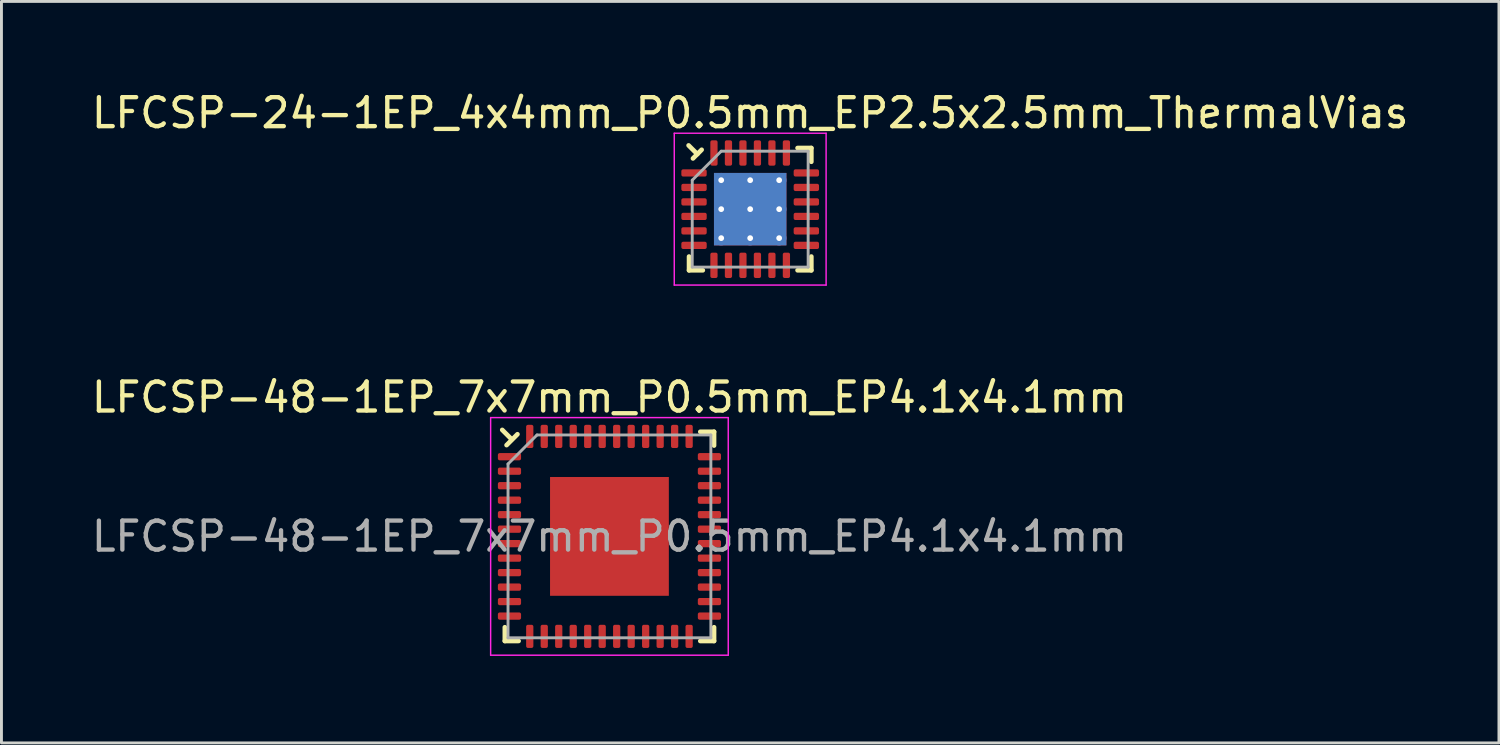
<source format=kicad_pcb>
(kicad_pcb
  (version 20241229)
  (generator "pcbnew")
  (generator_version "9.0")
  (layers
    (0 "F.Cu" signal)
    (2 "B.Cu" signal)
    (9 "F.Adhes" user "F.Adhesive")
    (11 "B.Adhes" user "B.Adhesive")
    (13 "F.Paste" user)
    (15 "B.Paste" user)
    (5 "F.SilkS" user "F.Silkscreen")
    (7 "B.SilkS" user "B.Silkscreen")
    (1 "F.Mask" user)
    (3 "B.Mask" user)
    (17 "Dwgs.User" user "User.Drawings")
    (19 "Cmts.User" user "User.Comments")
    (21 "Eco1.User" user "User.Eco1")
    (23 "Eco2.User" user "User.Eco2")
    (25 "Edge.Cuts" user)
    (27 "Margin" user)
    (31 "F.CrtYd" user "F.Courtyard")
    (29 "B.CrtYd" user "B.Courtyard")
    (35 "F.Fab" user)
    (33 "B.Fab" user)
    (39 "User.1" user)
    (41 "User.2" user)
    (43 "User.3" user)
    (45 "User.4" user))
  (footprint "LFCSP-24-1EP_4x4mm_P0.5mm_EP2.5x2.5mm_ThermalVias"
    (layer "F.Cu")
    (at 22.839 4.168)
    (property "Reference" "LFCSP-24-1EP_4x4mm_P0.5mm_EP2.5x2.5mm_ThermalVias" (at 0 -3.32 0) (layer "F.SilkS") (effects (font (size 1 1) (thickness 0.15))))
    (attr smd)
    (fp_line (start -2.11 2.11) (end -2.11 1.635) (stroke (width 0.16) (type solid)) (layer "F.SilkS"))
    (fp_line (start -1.825 -1.9) (end -2.125 -2.2) (stroke (width 0.16) (type solid)) (layer "F.SilkS"))
    (fp_line (start -1.675 -2.05) (end -1.975 -1.75) (stroke (width 0.16) (type solid)) (layer "F.SilkS"))
    (fp_line (start -1.635 2.11) (end -2.11 2.11) (stroke (width 0.16) (type solid)) (layer "F.SilkS"))
    (fp_line (start 1.635 -2.11) (end 2.11 -2.11) (stroke (width 0.16) (type solid)) (layer "F.SilkS"))
    (fp_line (start 1.635 2.11) (end 2.11 2.11) (stroke (width 0.16) (type solid)) (layer "F.SilkS"))
    (fp_line (start 2.11 -2.11) (end 2.11 -1.635) (stroke (width 0.16) (type solid)) (layer "F.SilkS"))
    (fp_line (start 2.11 2.11) (end 2.11 1.635) (stroke (width 0.16) (type solid)) (layer "F.SilkS"))
    (fp_line (start -2.62 -2.62) (end -2.62 2.62) (stroke (width 0.05) (type solid)) (layer "F.CrtYd"))
    (fp_line (start -2.62 2.62) (end 2.62 2.62) (stroke (width 0.05) (type solid)) (layer "F.CrtYd"))
    (fp_line (start 2.62 -2.62) (end -2.62 -2.62) (stroke (width 0.05) (type solid)) (layer "F.CrtYd"))
    (fp_line (start 2.62 2.62) (end 2.62 -2.62) (stroke (width 0.05) (type solid)) (layer "F.CrtYd"))
    (fp_line (start -2 -1) (end -1 -2) (stroke (width 0.1) (type solid)) (layer "F.Fab"))
    (fp_line (start -2 2) (end -2 -1) (stroke (width 0.1) (type solid)) (layer "F.Fab"))
    (fp_line (start -1 -2) (end 2 -2) (stroke (width 0.1) (type solid)) (layer "F.Fab"))
    (fp_line (start 2 -2) (end 2 2) (stroke (width 0.1) (type solid)) (layer "F.Fab"))
    (fp_line (start 2 2) (end -2 2) (stroke (width 0.1) (type solid)) (layer "F.Fab"))
    (pad "" smd roundrect (at -0.625 -0.625) (size 1.08 1.08) (layers "F.Paste") (roundrect_rratio 0.231))
    (pad "" smd roundrect (at -0.625 0.625) (size 1.08 1.08) (layers "F.Paste") (roundrect_rratio 0.231))
    (pad "" smd roundrect (at 0.625 -0.625) (size 1.08 1.08) (layers "F.Paste") (roundrect_rratio 0.231))
    (pad "" smd roundrect (at 0.625 0.625) (size 1.08 1.08) (layers "F.Paste") (roundrect_rratio 0.231))
    (pad "1" smd roundrect (at -1.938 -1.25) (size 0.875 0.25) (layers "F.Cu" "F.Mask" "F.Paste") (roundrect_rratio 0.25))
    (pad "2" smd roundrect (at -1.938 -0.75) (size 0.875 0.25) (layers "F.Cu" "F.Mask" "F.Paste") (roundrect_rratio 0.25))
    (pad "3" smd roundrect (at -1.938 -0.25) (size 0.875 0.25) (layers "F.Cu" "F.Mask" "F.Paste") (roundrect_rratio 0.25))
    (pad "4" smd roundrect (at -1.938 0.25) (size 0.875 0.25) (layers "F.Cu" "F.Mask" "F.Paste") (roundrect_rratio 0.25))
    (pad "5" smd roundrect (at -1.938 0.75) (size 0.875 0.25) (layers "F.Cu" "F.Mask" "F.Paste") (roundrect_rratio 0.25))
    (pad "6" smd roundrect (at -1.938 1.25) (size 0.875 0.25) (layers "F.Cu" "F.Mask" "F.Paste") (roundrect_rratio 0.25))
    (pad "7" smd roundrect (at -1.25 1.938) (size 0.25 0.875) (layers "F.Cu" "F.Mask" "F.Paste") (roundrect_rratio 0.25))
    (pad "8" smd roundrect (at -0.75 1.938) (size 0.25 0.875) (layers "F.Cu" "F.Mask" "F.Paste") (roundrect_rratio 0.25))
    (pad "9" smd roundrect (at -0.25 1.938) (size 0.25 0.875) (layers "F.Cu" "F.Mask" "F.Paste") (roundrect_rratio 0.25))
    (pad "10" smd roundrect (at 0.25 1.938) (size 0.25 0.875) (layers "F.Cu" "F.Mask" "F.Paste") (roundrect_rratio 0.25))
    (pad "11" smd roundrect (at 0.75 1.938) (size 0.25 0.875) (layers "F.Cu" "F.Mask" "F.Paste") (roundrect_rratio 0.25))
    (pad "12" smd roundrect (at 1.25 1.938) (size 0.25 0.875) (layers "F.Cu" "F.Mask" "F.Paste") (roundrect_rratio 0.25))
    (pad "13" smd roundrect (at 1.938 1.25) (size 0.875 0.25) (layers "F.Cu" "F.Mask" "F.Paste") (roundrect_rratio 0.25))
    (pad "14" smd roundrect (at 1.938 0.75) (size 0.875 0.25) (layers "F.Cu" "F.Mask" "F.Paste") (roundrect_rratio 0.25))
    (pad "15" smd roundrect (at 1.938 0.25) (size 0.875 0.25) (layers "F.Cu" "F.Mask" "F.Paste") (roundrect_rratio 0.25))
    (pad "16" smd roundrect (at 1.938 -0.25) (size 0.875 0.25) (layers "F.Cu" "F.Mask" "F.Paste") (roundrect_rratio 0.25))
    (pad "17" smd roundrect (at 1.938 -0.75) (size 0.875 0.25) (layers "F.Cu" "F.Mask" "F.Paste") (roundrect_rratio 0.25))
    (pad "18" smd roundrect (at 1.938 -1.25) (size 0.875 0.25) (layers "F.Cu" "F.Mask" "F.Paste") (roundrect_rratio 0.25))
    (pad "19" smd roundrect (at 1.25 -1.938) (size 0.25 0.875) (layers "F.Cu" "F.Mask" "F.Paste") (roundrect_rratio 0.25))
    (pad "20" smd roundrect (at 0.75 -1.938) (size 0.25 0.875) (layers "F.Cu" "F.Mask" "F.Paste") (roundrect_rratio 0.25))
    (pad "21" smd roundrect (at 0.25 -1.938) (size 0.25 0.875) (layers "F.Cu" "F.Mask" "F.Paste") (roundrect_rratio 0.25))
    (pad "22" smd roundrect (at -0.25 -1.938) (size 0.25 0.875) (layers "F.Cu" "F.Mask" "F.Paste") (roundrect_rratio 0.25))
    (pad "23" smd roundrect (at -0.75 -1.938) (size 0.25 0.875) (layers "F.Cu" "F.Mask" "F.Paste") (roundrect_rratio 0.25))
    (pad "24" smd roundrect (at -1.25 -1.938) (size 0.25 0.875) (layers "F.Cu" "F.Mask" "F.Paste") (roundrect_rratio 0.25))
    (pad "25" thru_hole circle (at -1 -1) (size 0.5 0.5) (drill 0.2) (layers "*.Cu"))
    (pad "25" thru_hole circle (at -1 0) (size 0.5 0.5) (drill 0.2) (layers "*.Cu"))
    (pad "25" thru_hole circle (at -1 1) (size 0.5 0.5) (drill 0.2) (layers "*.Cu"))
    (pad "25" thru_hole circle (at 0 -1) (size 0.5 0.5) (drill 0.2) (layers "*.Cu"))
    (pad "25" thru_hole circle (at 0 0) (size 0.5 0.5) (drill 0.2) (layers "*.Cu"))
    (pad "25" smd rect (at 0 0) (size 2.5 2.5) (layers "F.Cu" "F.Mask"))
    (pad "25" smd rect (at 0 0) (size 2.5 2.5) (layers "B.Cu"))
    (pad "25" thru_hole circle (at 0 1) (size 0.5 0.5) (drill 0.2) (layers "*.Cu"))
    (pad "25" thru_hole circle (at 1 -1) (size 0.5 0.5) (drill 0.2) (layers "*.Cu"))
    (pad "25" thru_hole circle (at 1 0) (size 0.5 0.5) (drill 0.2) (layers "*.Cu"))
    (pad "25" thru_hole circle (at 1 1) (size 0.5 0.5) (drill 0.2) (layers "*.Cu")))
  (footprint "LFCSP-48-1EP_7x7mm_P0.5mm_EP4.1x4.1mm"
    (layer "F.Cu")
    (at 17.982 15.461)
    (property "Reference" "LFCSP-48-1EP_7x7mm_P0.5mm_EP4.1x4.1mm" (at 0 -4.8 0) (layer "F.SilkS") (effects (font (size 1 1) (thickness 0.15))))
    (attr smd)
    (fp_line (start -3.61 3.61) (end -3.61 3.135) (stroke (width 0.16) (type solid)) (layer "F.SilkS"))
    (fp_line (start -3.375 -3.35) (end -3.7 -3.675) (stroke (width 0.16) (type solid)) (layer "F.SilkS"))
    (fp_line (start -3.175 -3.525) (end -3.55 -3.15) (stroke (width 0.16) (type solid)) (layer "F.SilkS"))
    (fp_line (start -3.135 3.61) (end -3.61 3.61) (stroke (width 0.16) (type solid)) (layer "F.SilkS"))
    (fp_line (start 3.135 -3.61) (end 3.61 -3.61) (stroke (width 0.16) (type solid)) (layer "F.SilkS"))
    (fp_line (start 3.135 3.61) (end 3.61 3.61) (stroke (width 0.16) (type solid)) (layer "F.SilkS"))
    (fp_line (start 3.61 -3.61) (end 3.61 -3.135) (stroke (width 0.16) (type solid)) (layer "F.SilkS"))
    (fp_line (start 3.61 3.61) (end 3.61 3.135) (stroke (width 0.16) (type solid)) (layer "F.SilkS"))
    (fp_line (start -4.1 -4.1) (end -4.1 4.1) (stroke (width 0.05) (type solid)) (layer "F.CrtYd"))
    (fp_line (start -4.1 4.1) (end 4.1 4.1) (stroke (width 0.05) (type solid)) (layer "F.CrtYd"))
    (fp_line (start 4.1 -4.1) (end -4.1 -4.1) (stroke (width 0.05) (type solid)) (layer "F.CrtYd"))
    (fp_line (start 4.1 4.1) (end 4.1 -4.1) (stroke (width 0.05) (type solid)) (layer "F.CrtYd"))
    (fp_line (start -3.5 -2.5) (end -2.5 -3.5) (stroke (width 0.1) (type solid)) (layer "F.Fab"))
    (fp_line (start -3.5 3.5) (end -3.5 -2.5) (stroke (width 0.1) (type solid)) (layer "F.Fab"))
    (fp_line (start -2.5 -3.5) (end 3.5 -3.5) (stroke (width 0.1) (type solid)) (layer "F.Fab"))
    (fp_line (start 3.5 -3.5) (end 3.5 3.5) (stroke (width 0.1) (type solid)) (layer "F.Fab"))
    (fp_line (start 3.5 3.5) (end -3.5 3.5) (stroke (width 0.1) (type solid)) (layer "F.Fab"))
    (fp_text user "${REFERENCE}" (at 0 0 0) (layer "F.Fab") (effects (font (size 1 1) (thickness 0.15))))
    (pad "" smd roundrect (at -1.37 -1.37) (size 1.1 1.1) (layers "F.Paste") (roundrect_rratio 0.227))
    (pad "" smd roundrect (at -1.37 0) (size 1.1 1.1) (layers "F.Paste") (roundrect_rratio 0.227))
    (pad "" smd roundrect (at -1.37 1.37) (size 1.1 1.1) (layers "F.Paste") (roundrect_rratio 0.227))
    (pad "" smd roundrect (at 0 -1.37) (size 1.1 1.1) (layers "F.Paste") (roundrect_rratio 0.227))
    (pad "" smd roundrect (at 0 0) (size 1.1 1.1) (layers "F.Paste") (roundrect_rratio 0.227))
    (pad "" smd roundrect (at 0 1.37) (size 1.1 1.1) (layers "F.Paste") (roundrect_rratio 0.227))
    (pad "" smd roundrect (at 1.37 -1.37) (size 1.1 1.1) (layers "F.Paste") (roundrect_rratio 0.227))
    (pad "" smd roundrect (at 1.37 0) (size 1.1 1.1) (layers "F.Paste") (roundrect_rratio 0.227))
    (pad "" smd roundrect (at 1.37 1.37) (size 1.1 1.1) (layers "F.Paste") (roundrect_rratio 0.227))
    (pad "1" smd roundrect (at -3.45 -2.75) (size 0.8 0.25) (layers "F.Cu" "F.Mask" "F.Paste") (roundrect_rratio 0.25))
    (pad "2" smd roundrect (at -3.45 -2.25) (size 0.8 0.25) (layers "F.Cu" "F.Mask" "F.Paste") (roundrect_rratio 0.25))
    (pad "3" smd roundrect (at -3.45 -1.75) (size 0.8 0.25) (layers "F.Cu" "F.Mask" "F.Paste") (roundrect_rratio 0.25))
    (pad "4" smd roundrect (at -3.45 -1.25) (size 0.8 0.25) (layers "F.Cu" "F.Mask" "F.Paste") (roundrect_rratio 0.25))
    (pad "5" smd roundrect (at -3.45 -0.75) (size 0.8 0.25) (layers "F.Cu" "F.Mask" "F.Paste") (roundrect_rratio 0.25))
    (pad "6" smd roundrect (at -3.45 -0.25) (size 0.8 0.25) (layers "F.Cu" "F.Mask" "F.Paste") (roundrect_rratio 0.25))
    (pad "7" smd roundrect (at -3.45 0.25) (size 0.8 0.25) (layers "F.Cu" "F.Mask" "F.Paste") (roundrect_rratio 0.25))
    (pad "8" smd roundrect (at -3.45 0.75) (size 0.8 0.25) (layers "F.Cu" "F.Mask" "F.Paste") (roundrect_rratio 0.25))
    (pad "9" smd roundrect (at -3.45 1.25) (size 0.8 0.25) (layers "F.Cu" "F.Mask" "F.Paste") (roundrect_rratio 0.25))
    (pad "10" smd roundrect (at -3.45 1.75) (size 0.8 0.25) (layers "F.Cu" "F.Mask" "F.Paste") (roundrect_rratio 0.25))
    (pad "11" smd roundrect (at -3.45 2.25) (size 0.8 0.25) (layers "F.Cu" "F.Mask" "F.Paste") (roundrect_rratio 0.25))
    (pad "12" smd roundrect (at -3.45 2.75) (size 0.8 0.25) (layers "F.Cu" "F.Mask" "F.Paste") (roundrect_rratio 0.25))
    (pad "13" smd roundrect (at -2.75 3.45) (size 0.25 0.8) (layers "F.Cu" "F.Mask" "F.Paste") (roundrect_rratio 0.25))
    (pad "14" smd roundrect (at -2.25 3.45) (size 0.25 0.8) (layers "F.Cu" "F.Mask" "F.Paste") (roundrect_rratio 0.25))
    (pad "15" smd roundrect (at -1.75 3.45) (size 0.25 0.8) (layers "F.Cu" "F.Mask" "F.Paste") (roundrect_rratio 0.25))
    (pad "16" smd roundrect (at -1.25 3.45) (size 0.25 0.8) (layers "F.Cu" "F.Mask" "F.Paste") (roundrect_rratio 0.25))
    (pad "17" smd roundrect (at -0.75 3.45) (size 0.25 0.8) (layers "F.Cu" "F.Mask" "F.Paste") (roundrect_rratio 0.25))
    (pad "18" smd roundrect (at -0.25 3.45) (size 0.25 0.8) (layers "F.Cu" "F.Mask" "F.Paste") (roundrect_rratio 0.25))
    (pad "19" smd roundrect (at 0.25 3.45) (size 0.25 0.8) (layers "F.Cu" "F.Mask" "F.Paste") (roundrect_rratio 0.25))
    (pad "20" smd roundrect (at 0.75 3.45) (size 0.25 0.8) (layers "F.Cu" "F.Mask" "F.Paste") (roundrect_rratio 0.25))
    (pad "21" smd roundrect (at 1.25 3.45) (size 0.25 0.8) (layers "F.Cu" "F.Mask" "F.Paste") (roundrect_rratio 0.25))
    (pad "22" smd roundrect (at 1.75 3.45) (size 0.25 0.8) (layers "F.Cu" "F.Mask" "F.Paste") (roundrect_rratio 0.25))
    (pad "23" smd roundrect (at 2.25 3.45) (size 0.25 0.8) (layers "F.Cu" "F.Mask" "F.Paste") (roundrect_rratio 0.25))
    (pad "24" smd roundrect (at 2.75 3.45) (size 0.25 0.8) (layers "F.Cu" "F.Mask" "F.Paste") (roundrect_rratio 0.25))
    (pad "25" smd roundrect (at 3.45 2.75) (size 0.8 0.25) (layers "F.Cu" "F.Mask" "F.Paste") (roundrect_rratio 0.25))
    (pad "26" smd roundrect (at 3.45 2.25) (size 0.8 0.25) (layers "F.Cu" "F.Mask" "F.Paste") (roundrect_rratio 0.25))
    (pad "27" smd roundrect (at 3.45 1.75) (size 0.8 0.25) (layers "F.Cu" "F.Mask" "F.Paste") (roundrect_rratio 0.25))
    (pad "28" smd roundrect (at 3.45 1.25) (size 0.8 0.25) (layers "F.Cu" "F.Mask" "F.Paste") (roundrect_rratio 0.25))
    (pad "29" smd roundrect (at 3.45 0.75) (size 0.8 0.25) (layers "F.Cu" "F.Mask" "F.Paste") (roundrect_rratio 0.25))
    (pad "30" smd roundrect (at 3.45 0.25) (size 0.8 0.25) (layers "F.Cu" "F.Mask" "F.Paste") (roundrect_rratio 0.25))
    (pad "31" smd roundrect (at 3.45 -0.25) (size 0.8 0.25) (layers "F.Cu" "F.Mask" "F.Paste") (roundrect_rratio 0.25))
    (pad "32" smd roundrect (at 3.45 -0.75) (size 0.8 0.25) (layers "F.Cu" "F.Mask" "F.Paste") (roundrect_rratio 0.25))
    (pad "33" smd roundrect (at 3.45 -1.25) (size 0.8 0.25) (layers "F.Cu" "F.Mask" "F.Paste") (roundrect_rratio 0.25))
    (pad "34" smd roundrect (at 3.45 -1.75) (size 0.8 0.25) (layers "F.Cu" "F.Mask" "F.Paste") (roundrect_rratio 0.25))
    (pad "35" smd roundrect (at 3.45 -2.25) (size 0.8 0.25) (layers "F.Cu" "F.Mask" "F.Paste") (roundrect_rratio 0.25))
    (pad "36" smd roundrect (at 3.45 -2.75) (size 0.8 0.25) (layers "F.Cu" "F.Mask" "F.Paste") (roundrect_rratio 0.25))
    (pad "37" smd roundrect (at 2.75 -3.45) (size 0.25 0.8) (layers "F.Cu" "F.Mask" "F.Paste") (roundrect_rratio 0.25))
    (pad "38" smd roundrect (at 2.25 -3.45) (size 0.25 0.8) (layers "F.Cu" "F.Mask" "F.Paste") (roundrect_rratio 0.25))
    (pad "39" smd roundrect (at 1.75 -3.45) (size 0.25 0.8) (layers "F.Cu" "F.Mask" "F.Paste") (roundrect_rratio 0.25))
    (pad "40" smd roundrect (at 1.25 -3.45) (size 0.25 0.8) (layers "F.Cu" "F.Mask" "F.Paste") (roundrect_rratio 0.25))
    (pad "41" smd roundrect (at 0.75 -3.45) (size 0.25 0.8) (layers "F.Cu" "F.Mask" "F.Paste") (roundrect_rratio 0.25))
    (pad "42" smd roundrect (at 0.25 -3.45) (size 0.25 0.8) (layers "F.Cu" "F.Mask" "F.Paste") (roundrect_rratio 0.25))
    (pad "43" smd roundrect (at -0.25 -3.45) (size 0.25 0.8) (layers "F.Cu" "F.Mask" "F.Paste") (roundrect_rratio 0.25))
    (pad "44" smd roundrect (at -0.75 -3.45) (size 0.25 0.8) (layers "F.Cu" "F.Mask" "F.Paste") (roundrect_rratio 0.25))
    (pad "45" smd roundrect (at -1.25 -3.45) (size 0.25 0.8) (layers "F.Cu" "F.Mask" "F.Paste") (roundrect_rratio 0.25))
    (pad "46" smd roundrect (at -1.75 -3.45) (size 0.25 0.8) (layers "F.Cu" "F.Mask" "F.Paste") (roundrect_rratio 0.25))
    (pad "47" smd roundrect (at -2.25 -3.45) (size 0.25 0.8) (layers "F.Cu" "F.Mask" "F.Paste") (roundrect_rratio 0.25))
    (pad "48" smd roundrect (at -2.75 -3.45) (size 0.25 0.8) (layers "F.Cu" "F.Mask" "F.Paste") (roundrect_rratio 0.25))
    (pad "49" smd rect (at 0 0) (size 4.1 4.1) (layers "F.Cu" "F.Mask")))
  (gr_rect
    (start -3 -3)
    (end 48.679 22.587)
    (stroke (width 0.1) (type default))
    (fill no)
    (layer "Edge.Cuts")))
</source>
